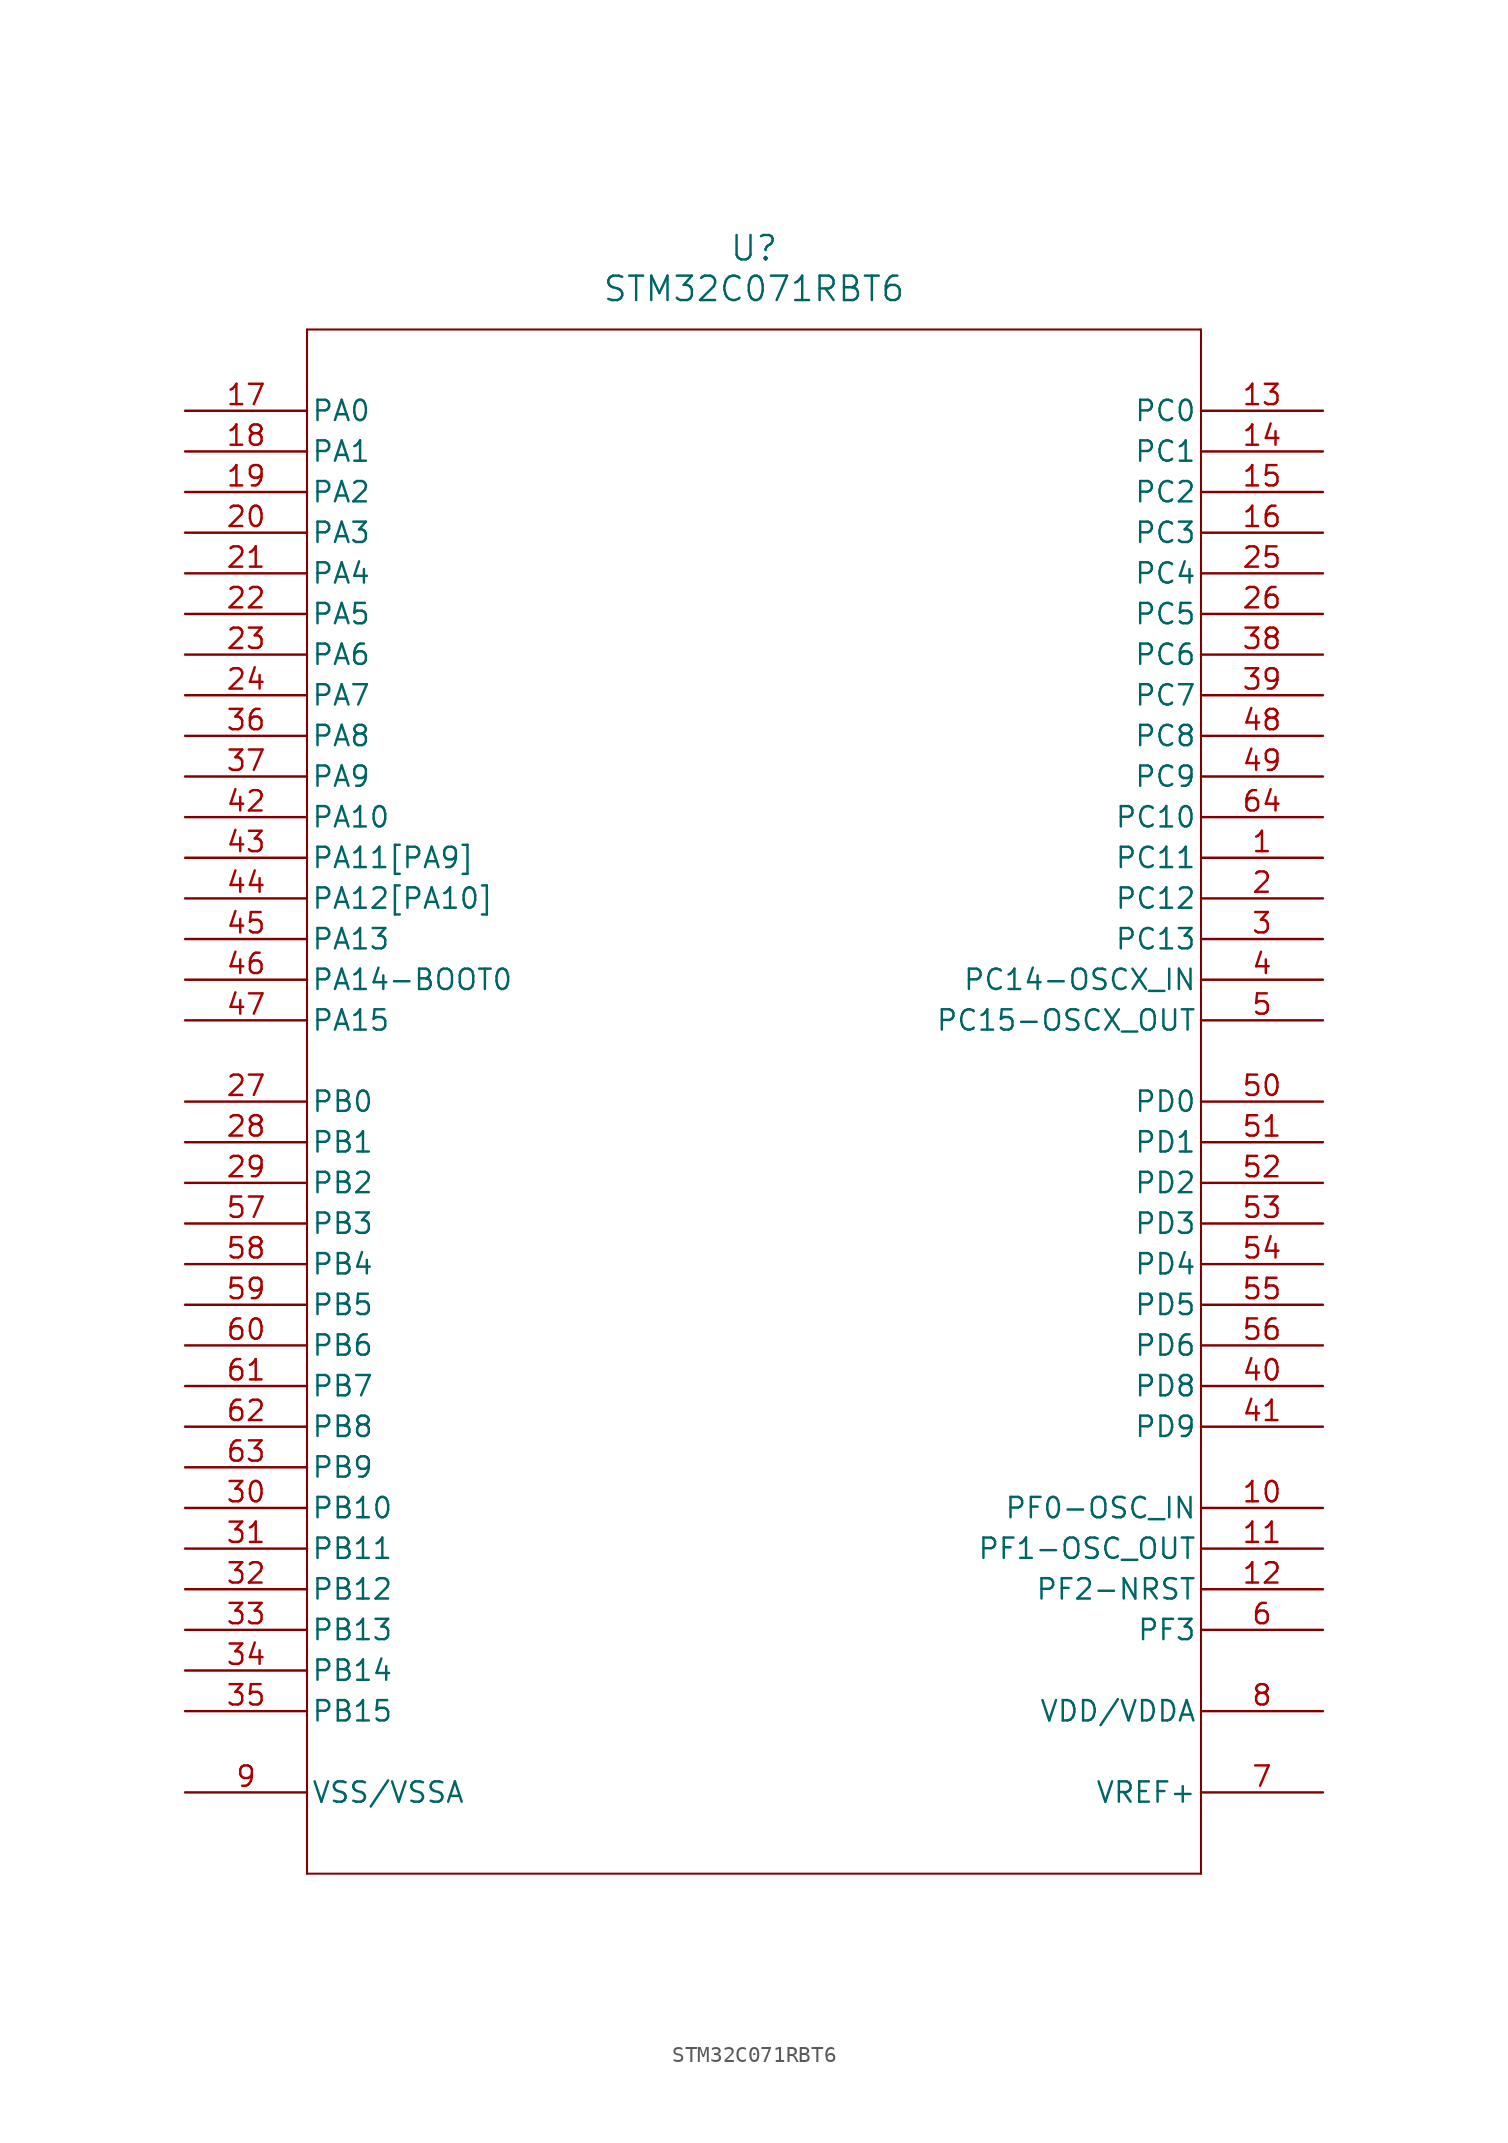
<source format=kicad_sym>
(kicad_symbol_lib
  (version 20231120)
  (generator "kicad_symbol_editor")
  (generator_version "8.0")
  (symbol "STM32C071RBT6"
    (pin_names
      (offset 0.254))
    (property "Reference" "U"
      (at 35.56 10.16 0)
      (effects (font (size 1.524 1.524))))
    (property "Value" "STM32C071RBT6"
      (at 35.56 7.62 0)
      (effects (font (size 1.524 1.524))))
    (property "ki_locked" ""
      (at 0 0 0)
      (effects (font (size 1.27 1.27))))
    (symbol "STM32C071RBT6_0_1"
      (polyline (pts (xy 7.62 -91.44) (xy 63.5 -91.44)) (stroke (width 0.127) (type default)) (fill (type none)))
      (polyline (pts (xy 7.62 5.08) (xy 7.62 -91.44)) (stroke (width 0.127) (type default)) (fill (type none)))
      (polyline (pts (xy 63.5 -91.44) (xy 63.5 5.08)) (stroke (width 0.127) (type default)) (fill (type none)))
      (polyline (pts (xy 63.5 5.08) (xy 7.62 5.08)) (stroke (width 0.127) (type default)) (fill (type none)))
      (pin bidirectional line (at 71.12 -27.94 180) (length 7.62) (name "PC11" (effects (font (size 1.27 1.27)))) (number "1" (effects (font (size 1.27 1.27)))))
      (pin bidirectional line (at 71.12 -68.58 180) (length 7.62) (name "PF0-OSC_IN" (effects (font (size 1.27 1.27)))) (number "10" (effects (font (size 1.27 1.27)))))
      (pin bidirectional line (at 71.12 -71.12 180) (length 7.62) (name "PF1-OSC_OUT" (effects (font (size 1.27 1.27)))) (number "11" (effects (font (size 1.27 1.27)))))
      (pin bidirectional line (at 71.12 -73.66 180) (length 7.62) (name "PF2-NRST" (effects (font (size 1.27 1.27)))) (number "12" (effects (font (size 1.27 1.27)))))
      (pin bidirectional line (at 71.12 0 180) (length 7.62) (name "PC0" (effects (font (size 1.27 1.27)))) (number "13" (effects (font (size 1.27 1.27)))))
      (pin bidirectional line (at 71.12 -2.54 180) (length 7.62) (name "PC1" (effects (font (size 1.27 1.27)))) (number "14" (effects (font (size 1.27 1.27)))))
      (pin bidirectional line (at 71.12 -5.08 180) (length 7.62) (name "PC2" (effects (font (size 1.27 1.27)))) (number "15" (effects (font (size 1.27 1.27)))))
      (pin bidirectional line (at 71.12 -7.62 180) (length 7.62) (name "PC3" (effects (font (size 1.27 1.27)))) (number "16" (effects (font (size 1.27 1.27)))))
      (pin bidirectional line (at 0 0 0) (length 7.62) (name "PA0" (effects (font (size 1.27 1.27)))) (number "17" (effects (font (size 1.27 1.27)))))
      (pin bidirectional line (at 0 -2.54 0) (length 7.62) (name "PA1" (effects (font (size 1.27 1.27)))) (number "18" (effects (font (size 1.27 1.27)))))
      (pin bidirectional line (at 0 -5.08 0) (length 7.62) (name "PA2" (effects (font (size 1.27 1.27)))) (number "19" (effects (font (size 1.27 1.27)))))
      (pin bidirectional line (at 71.12 -30.48 180) (length 7.62) (name "PC12" (effects (font (size 1.27 1.27)))) (number "2" (effects (font (size 1.27 1.27)))))
      (pin bidirectional line (at 0 -7.62 0) (length 7.62) (name "PA3" (effects (font (size 1.27 1.27)))) (number "20" (effects (font (size 1.27 1.27)))))
      (pin bidirectional line (at 0 -10.16 0) (length 7.62) (name "PA4" (effects (font (size 1.27 1.27)))) (number "21" (effects (font (size 1.27 1.27)))))
      (pin bidirectional line (at 0 -12.7 0) (length 7.62) (name "PA5" (effects (font (size 1.27 1.27)))) (number "22" (effects (font (size 1.27 1.27)))))
      (pin bidirectional line (at 0 -15.24 0) (length 7.62) (name "PA6" (effects (font (size 1.27 1.27)))) (number "23" (effects (font (size 1.27 1.27)))))
      (pin bidirectional line (at 0 -17.78 0) (length 7.62) (name "PA7" (effects (font (size 1.27 1.27)))) (number "24" (effects (font (size 1.27 1.27)))))
      (pin bidirectional line (at 71.12 -10.16 180) (length 7.62) (name "PC4" (effects (font (size 1.27 1.27)))) (number "25" (effects (font (size 1.27 1.27)))))
      (pin bidirectional line (at 71.12 -12.7 180) (length 7.62) (name "PC5" (effects (font (size 1.27 1.27)))) (number "26" (effects (font (size 1.27 1.27)))))
      (pin bidirectional line (at 0 -43.18 0) (length 7.62) (name "PB0" (effects (font (size 1.27 1.27)))) (number "27" (effects (font (size 1.27 1.27)))))
      (pin bidirectional line (at 0 -45.72 0) (length 7.62) (name "PB1" (effects (font (size 1.27 1.27)))) (number "28" (effects (font (size 1.27 1.27)))))
      (pin bidirectional line (at 0 -48.26 0) (length 7.62) (name "PB2" (effects (font (size 1.27 1.27)))) (number "29" (effects (font (size 1.27 1.27)))))
      (pin bidirectional line (at 71.12 -33.02 180) (length 7.62) (name "PC13" (effects (font (size 1.27 1.27)))) (number "3" (effects (font (size 1.27 1.27)))))
      (pin bidirectional line (at 0 -68.58 0) (length 7.62) (name "PB10" (effects (font (size 1.27 1.27)))) (number "30" (effects (font (size 1.27 1.27)))))
      (pin bidirectional line (at 0 -71.12 0) (length 7.62) (name "PB11" (effects (font (size 1.27 1.27)))) (number "31" (effects (font (size 1.27 1.27)))))
      (pin bidirectional line (at 0 -73.66 0) (length 7.62) (name "PB12" (effects (font (size 1.27 1.27)))) (number "32" (effects (font (size 1.27 1.27)))))
      (pin bidirectional line (at 0 -76.2 0) (length 7.62) (name "PB13" (effects (font (size 1.27 1.27)))) (number "33" (effects (font (size 1.27 1.27)))))
      (pin bidirectional line (at 0 -78.74 0) (length 7.62) (name "PB14" (effects (font (size 1.27 1.27)))) (number "34" (effects (font (size 1.27 1.27)))))
      (pin bidirectional line (at 0 -81.28 0) (length 7.62) (name "PB15" (effects (font (size 1.27 1.27)))) (number "35" (effects (font (size 1.27 1.27)))))
      (pin bidirectional line (at 0 -20.32 0) (length 7.62) (name "PA8" (effects (font (size 1.27 1.27)))) (number "36" (effects (font (size 1.27 1.27)))))
      (pin bidirectional line (at 0 -22.86 0) (length 7.62) (name "PA9" (effects (font (size 1.27 1.27)))) (number "37" (effects (font (size 1.27 1.27)))))
      (pin bidirectional line (at 71.12 -15.24 180) (length 7.62) (name "PC6" (effects (font (size 1.27 1.27)))) (number "38" (effects (font (size 1.27 1.27)))))
      (pin bidirectional line (at 71.12 -17.78 180) (length 7.62) (name "PC7" (effects (font (size 1.27 1.27)))) (number "39" (effects (font (size 1.27 1.27)))))
      (pin bidirectional line (at 71.12 -35.56 180) (length 7.62) (name "PC14-OSCX_IN" (effects (font (size 1.27 1.27)))) (number "4" (effects (font (size 1.27 1.27)))))
      (pin bidirectional line (at 71.12 -60.96 180) (length 7.62) (name "PD8" (effects (font (size 1.27 1.27)))) (number "40" (effects (font (size 1.27 1.27)))))
      (pin bidirectional line (at 71.12 -63.5 180) (length 7.62) (name "PD9" (effects (font (size 1.27 1.27)))) (number "41" (effects (font (size 1.27 1.27)))))
      (pin bidirectional line (at 0 -25.4 0) (length 7.62) (name "PA10" (effects (font (size 1.27 1.27)))) (number "42" (effects (font (size 1.27 1.27)))))
      (pin bidirectional line (at 0 -27.94 0) (length 7.62) (name "PA11[PA9]" (effects (font (size 1.27 1.27)))) (number "43" (effects (font (size 1.27 1.27)))))
      (pin bidirectional line (at 0 -30.48 0) (length 7.62) (name "PA12[PA10]" (effects (font (size 1.27 1.27)))) (number "44" (effects (font (size 1.27 1.27)))))
      (pin bidirectional line (at 0 -33.02 0) (length 7.62) (name "PA13" (effects (font (size 1.27 1.27)))) (number "45" (effects (font (size 1.27 1.27)))))
      (pin bidirectional line (at 0 -35.56 0) (length 7.62) (name "PA14-BOOT0" (effects (font (size 1.27 1.27)))) (number "46" (effects (font (size 1.27 1.27)))))
      (pin bidirectional line (at 0 -38.1 0) (length 7.62) (name "PA15" (effects (font (size 1.27 1.27)))) (number "47" (effects (font (size 1.27 1.27)))))
      (pin bidirectional line (at 71.12 -20.32 180) (length 7.62) (name "PC8" (effects (font (size 1.27 1.27)))) (number "48" (effects (font (size 1.27 1.27)))))
      (pin bidirectional line (at 71.12 -22.86 180) (length 7.62) (name "PC9" (effects (font (size 1.27 1.27)))) (number "49" (effects (font (size 1.27 1.27)))))
      (pin bidirectional line (at 71.12 -38.1 180) (length 7.62) (name "PC15-OSCX_OUT" (effects (font (size 1.27 1.27)))) (number "5" (effects (font (size 1.27 1.27)))))
      (pin bidirectional line (at 71.12 -43.18 180) (length 7.62) (name "PD0" (effects (font (size 1.27 1.27)))) (number "50" (effects (font (size 1.27 1.27)))))
      (pin bidirectional line (at 71.12 -45.72 180) (length 7.62) (name "PD1" (effects (font (size 1.27 1.27)))) (number "51" (effects (font (size 1.27 1.27)))))
      (pin bidirectional line (at 71.12 -48.26 180) (length 7.62) (name "PD2" (effects (font (size 1.27 1.27)))) (number "52" (effects (font (size 1.27 1.27)))))
      (pin bidirectional line (at 71.12 -50.8 180) (length 7.62) (name "PD3" (effects (font (size 1.27 1.27)))) (number "53" (effects (font (size 1.27 1.27)))))
      (pin bidirectional line (at 71.12 -53.34 180) (length 7.62) (name "PD4" (effects (font (size 1.27 1.27)))) (number "54" (effects (font (size 1.27 1.27)))))
      (pin bidirectional line (at 71.12 -55.88 180) (length 7.62) (name "PD5" (effects (font (size 1.27 1.27)))) (number "55" (effects (font (size 1.27 1.27)))))
      (pin bidirectional line (at 71.12 -58.42 180) (length 7.62) (name "PD6" (effects (font (size 1.27 1.27)))) (number "56" (effects (font (size 1.27 1.27)))))
      (pin bidirectional line (at 0 -50.8 0) (length 7.62) (name "PB3" (effects (font (size 1.27 1.27)))) (number "57" (effects (font (size 1.27 1.27)))))
      (pin bidirectional line (at 0 -53.34 0) (length 7.62) (name "PB4" (effects (font (size 1.27 1.27)))) (number "58" (effects (font (size 1.27 1.27)))))
      (pin bidirectional line (at 0 -55.88 0) (length 7.62) (name "PB5" (effects (font (size 1.27 1.27)))) (number "59" (effects (font (size 1.27 1.27)))))
      (pin bidirectional line (at 71.12 -76.2 180) (length 7.62) (name "PF3" (effects (font (size 1.27 1.27)))) (number "6" (effects (font (size 1.27 1.27)))))
      (pin bidirectional line (at 0 -58.42 0) (length 7.62) (name "PB6" (effects (font (size 1.27 1.27)))) (number "60" (effects (font (size 1.27 1.27)))))
      (pin bidirectional line (at 0 -60.96 0) (length 7.62) (name "PB7" (effects (font (size 1.27 1.27)))) (number "61" (effects (font (size 1.27 1.27)))))
      (pin bidirectional line (at 0 -63.5 0) (length 7.62) (name "PB8" (effects (font (size 1.27 1.27)))) (number "62" (effects (font (size 1.27 1.27)))))
      (pin bidirectional line (at 0 -66.04 0) (length 7.62) (name "PB9" (effects (font (size 1.27 1.27)))) (number "63" (effects (font (size 1.27 1.27)))))
      (pin bidirectional line (at 71.12 -25.4 180) (length 7.62) (name "PC10" (effects (font (size 1.27 1.27)))) (number "64" (effects (font (size 1.27 1.27)))))
      (pin power_in line (at 71.12 -86.36 180) (length 7.62) (name "VREF+" (effects (font (size 1.27 1.27)))) (number "7" (effects (font (size 1.27 1.27)))))
      (pin power_in line (at 71.12 -81.28 180) (length 7.62) (name "VDD/VDDA" (effects (font (size 1.27 1.27)))) (number "8" (effects (font (size 1.27 1.27)))))
      (pin power_in line (at 0 -86.36 0) (length 7.62) (name "VSS/VSSA" (effects (font (size 1.27 1.27)))) (number "9" (effects (font (size 1.27 1.27))))))))
</source>
